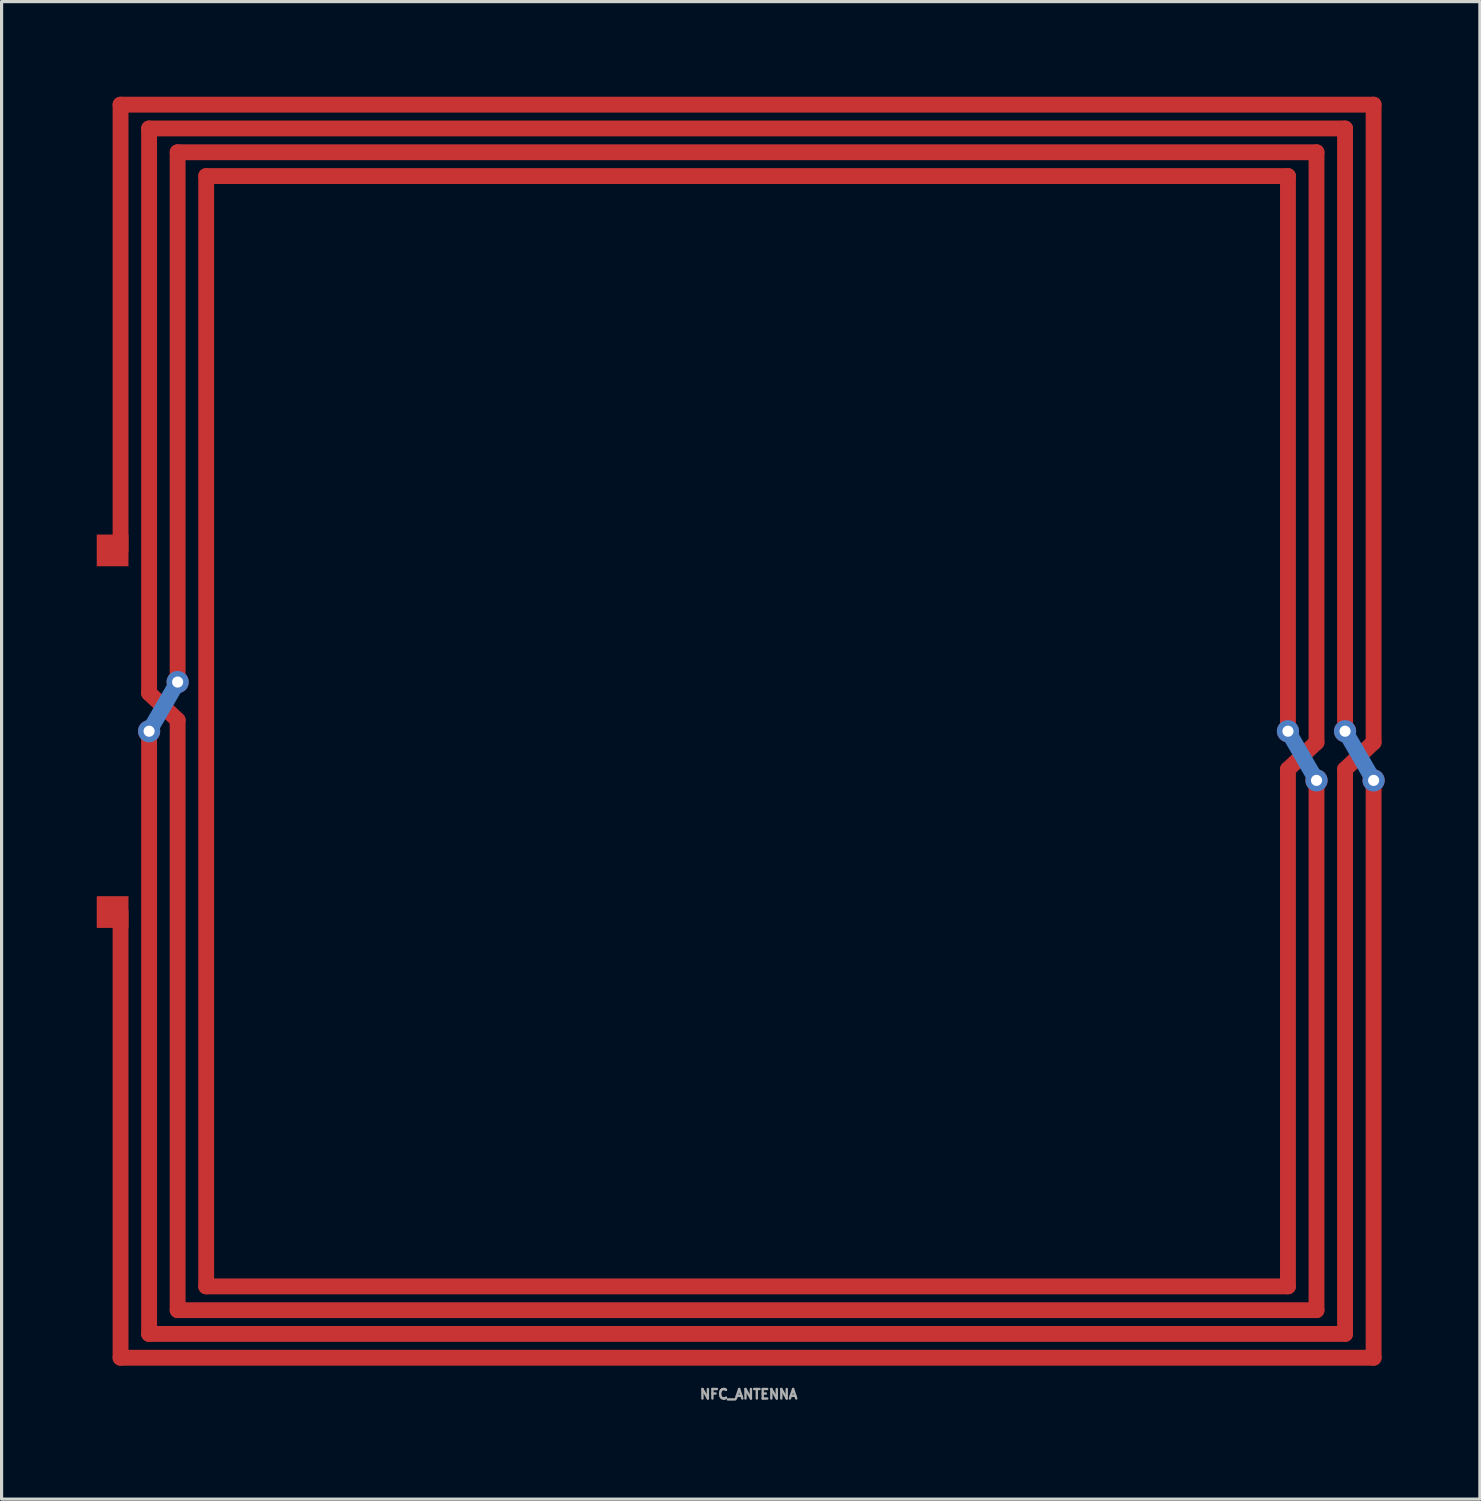
<source format=kicad_pcb>
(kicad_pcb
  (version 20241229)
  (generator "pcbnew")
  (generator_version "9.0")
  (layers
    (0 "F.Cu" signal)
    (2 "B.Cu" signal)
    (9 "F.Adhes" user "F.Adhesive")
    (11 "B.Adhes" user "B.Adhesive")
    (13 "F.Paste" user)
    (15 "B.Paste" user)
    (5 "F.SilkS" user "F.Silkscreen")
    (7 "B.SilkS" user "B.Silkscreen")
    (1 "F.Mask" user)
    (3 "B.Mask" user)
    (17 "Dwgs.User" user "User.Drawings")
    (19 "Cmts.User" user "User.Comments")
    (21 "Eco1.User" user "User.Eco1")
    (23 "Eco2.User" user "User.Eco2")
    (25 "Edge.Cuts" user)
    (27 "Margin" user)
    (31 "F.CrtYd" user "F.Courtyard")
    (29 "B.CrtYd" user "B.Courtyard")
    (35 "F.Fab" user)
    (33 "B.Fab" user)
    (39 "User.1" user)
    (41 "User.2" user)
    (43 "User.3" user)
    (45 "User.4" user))
  (footprint "NFC_ANTENNA"
    (layer "F.Cu")
    (at 0.75 20)
    (property "Reference" "NFC_ANTENNA" (at 19.8 20.9 0) (layer "F.Fab") (effects (font (size 0.3 0.3) (thickness 0.075))))
    (attr through_hole)
    (fp_line (start 0 -19.75) (end 39.5 -19.75) (stroke (width 0.5) (type solid)) (layer "F.Cu"))
    (fp_line (start 0 -5.7) (end 0 -19.75) (stroke (width 0.5) (type solid)) (layer "F.Cu"))
    (fp_line (start 0 5.7) (end 0 19.75) (stroke (width 0.5) (type solid)) (layer "F.Cu"))
    (fp_line (start 0 19.75) (end 39.5 19.75) (stroke (width 0.5) (type solid)) (layer "F.Cu"))
    (fp_line (start 0.9 -1.2) (end 0.9 -19) (stroke (width 0.5) (type solid)) (layer "F.Cu"))
    (fp_line (start 0.9 -1.2) (end 1.8 -0.35) (stroke (width 0.5) (type solid)) (layer "F.Cu"))
    (fp_line (start 0.9 19) (end 0.9 0) (stroke (width 0.5) (type solid)) (layer "F.Cu"))
    (fp_line (start 1.8 -18.25) (end 1.8 -1.55) (stroke (width 0.5) (type solid)) (layer "F.Cu"))
    (fp_line (start 1.8 -18.25) (end 37.7 -18.25) (stroke (width 0.5) (type solid)) (layer "F.Cu"))
    (fp_line (start 1.8 18.25) (end 1.8 -0.35) (stroke (width 0.5) (type solid)) (layer "F.Cu"))
    (fp_line (start 1.8 18.25) (end 37.7 18.25) (stroke (width 0.5) (type solid)) (layer "F.Cu"))
    (fp_line (start 2.7 -17.5) (end 36.8 -17.5) (stroke (width 0.5) (type solid)) (layer "F.Cu"))
    (fp_line (start 2.7 17.5) (end 2.7 -17.5) (stroke (width 0.5) (type solid)) (layer "F.Cu"))
    (fp_line (start 2.7 17.5) (end 36.8 17.5) (stroke (width 0.5) (type solid)) (layer "F.Cu"))
    (fp_line (start 36.8 -17.5) (end 36.8 0) (stroke (width 0.5) (type solid)) (layer "F.Cu"))
    (fp_line (start 36.8 1.2) (end 37.7 0.35) (stroke (width 0.5) (type solid)) (layer "F.Cu"))
    (fp_line (start 36.8 17.5) (end 36.8 1.2) (stroke (width 0.5) (type solid)) (layer "F.Cu"))
    (fp_line (start 37.7 -18.25) (end 37.7 0.35) (stroke (width 0.5) (type solid)) (layer "F.Cu"))
    (fp_line (start 37.7 18.25) (end 37.7 1.55) (stroke (width 0.5) (type solid)) (layer "F.Cu"))
    (fp_line (start 38.6 -19) (end 0.9 -19) (stroke (width 0.5) (type solid)) (layer "F.Cu"))
    (fp_line (start 38.6 -19) (end 38.6 0) (stroke (width 0.5) (type solid)) (layer "F.Cu"))
    (fp_line (start 38.6 1.2) (end 39.5 0.35) (stroke (width 0.5) (type solid)) (layer "F.Cu"))
    (fp_line (start 38.6 19) (end 0.9 19) (stroke (width 0.5) (type solid)) (layer "F.Cu"))
    (fp_line (start 38.6 19) (end 38.6 1.2) (stroke (width 0.5) (type solid)) (layer "F.Cu"))
    (fp_line (start 39.5 -19.75) (end 39.5 0.35) (stroke (width 0.5) (type solid)) (layer "F.Cu"))
    (fp_line (start 39.5 19.75) (end 39.5 1.55) (stroke (width 0.5) (type solid)) (layer "F.Cu"))
    (fp_line (start 0.9 0) (end 1.8 -1.55) (stroke (width 0.5) (type solid)) (layer "B.Cu"))
    (fp_line (start 37.7 1.55) (end 36.8 0) (stroke (width 0.5) (type solid)) (layer "B.Cu"))
    (fp_line (start 39.5 1.55) (end 38.6 0) (stroke (width 0.5) (type solid)) (layer "B.Cu"))
    (pad "" thru_hole circle (at 0.9 0) (size 0.7 0.7) (drill 0.35) (layers "*.Cu" "*.Mask"))
    (pad "" thru_hole circle (at 1.8 -1.55) (size 0.7 0.7) (drill 0.35) (layers "*.Cu" "*.Mask"))
    (pad "" thru_hole circle (at 36.8 0) (size 0.7 0.7) (drill 0.35) (layers "*.Cu" "*.Mask"))
    (pad "" thru_hole circle (at 37.7 1.55) (size 0.7 0.7) (drill 0.35) (layers "*.Cu" "*.Mask"))
    (pad "" thru_hole circle (at 38.6 0) (size 0.7 0.7) (drill 0.35) (layers "*.Cu" "*.Mask"))
    (pad "" thru_hole circle (at 39.5 1.55) (size 0.7 0.7) (drill 0.35) (layers "*.Cu" "*.Mask"))
    (pad "1" smd rect (at -0.25 5.7) (size 1 1) (layers "F.Cu" "F.Mask" "F.Paste"))
    (pad "2" smd rect (at -0.25 -5.7) (size 1 1) (layers "F.Cu" "F.Mask" "F.Paste")))
  (gr_rect
    (start -3 -3)
    (end 43.6 44.207)
    (stroke (width 0.1) (type default))
    (fill no)
    (layer "Edge.Cuts")))
</source>
